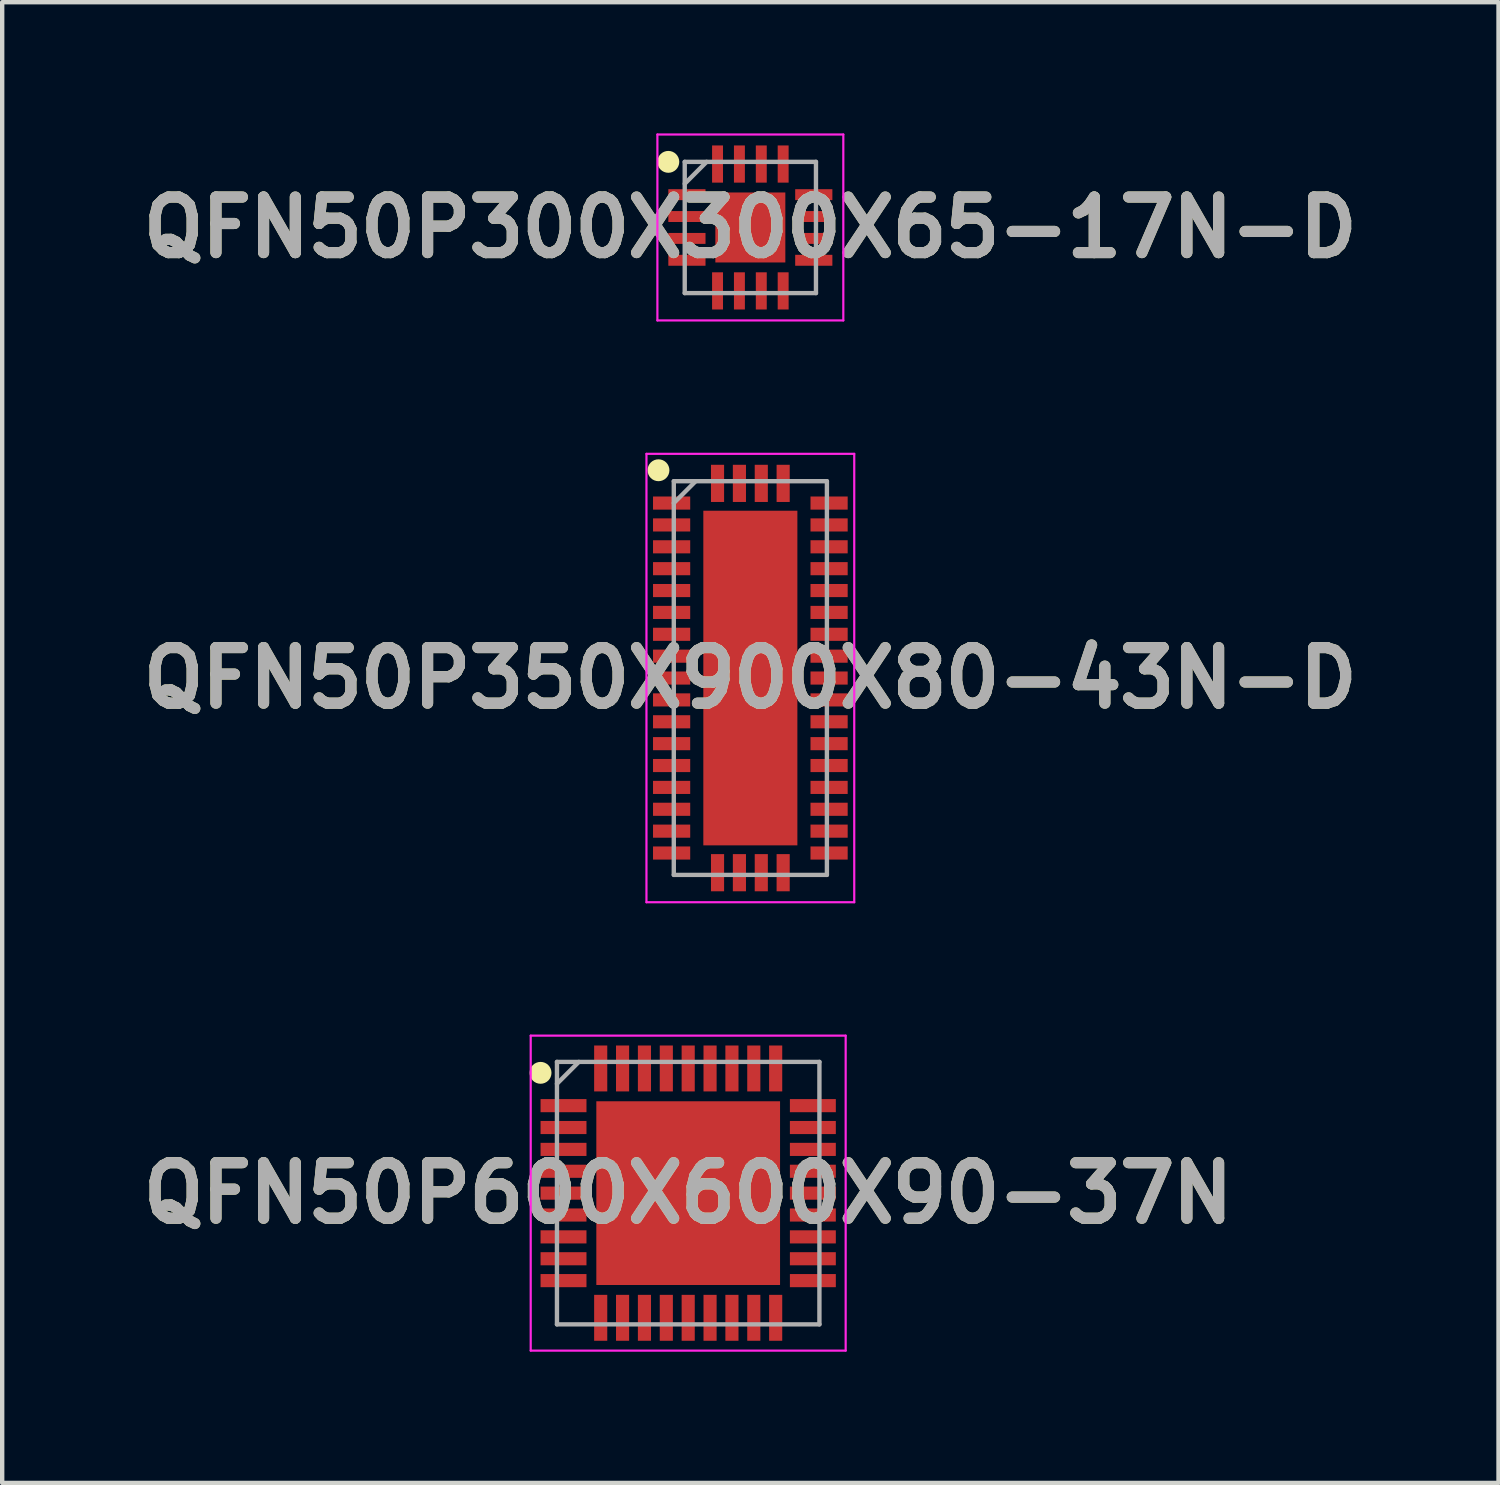
<source format=kicad_pcb>
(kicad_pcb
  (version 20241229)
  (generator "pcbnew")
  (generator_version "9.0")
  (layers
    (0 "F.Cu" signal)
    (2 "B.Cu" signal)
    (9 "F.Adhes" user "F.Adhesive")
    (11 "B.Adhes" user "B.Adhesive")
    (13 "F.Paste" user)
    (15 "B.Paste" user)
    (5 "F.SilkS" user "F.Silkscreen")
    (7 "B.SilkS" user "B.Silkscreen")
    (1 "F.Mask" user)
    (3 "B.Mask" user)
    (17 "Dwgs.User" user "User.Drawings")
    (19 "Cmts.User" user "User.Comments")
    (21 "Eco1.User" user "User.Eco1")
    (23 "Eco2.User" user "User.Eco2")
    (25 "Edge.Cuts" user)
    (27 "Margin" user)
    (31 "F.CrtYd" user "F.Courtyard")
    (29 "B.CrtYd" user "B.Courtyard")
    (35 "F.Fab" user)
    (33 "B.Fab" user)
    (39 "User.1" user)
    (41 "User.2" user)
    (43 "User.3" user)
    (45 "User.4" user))
  (footprint "QFN50P300X300X65-17N-D"
    (layer "F.Cu")
    (at 14.103 2.15)
    (property "Reference" "QFN50P300X300X65-17N-D" (at 0 0 0) (layer "F.SilkS") (effects (font (size 1.27 1.27) (thickness 0.254))))
    (attr smd)
    (fp_circle (center -1.875 -1.5) (end -1.875 -1.375) (stroke (width 0.25) (type solid)) (fill no) (layer "F.SilkS"))
    (fp_line (start -2.125 -2.125) (end 2.125 -2.125) (stroke (width 0.05) (type solid)) (layer "F.CrtYd"))
    (fp_line (start -2.125 2.125) (end -2.125 -2.125) (stroke (width 0.05) (type solid)) (layer "F.CrtYd"))
    (fp_line (start 2.125 -2.125) (end 2.125 2.125) (stroke (width 0.05) (type solid)) (layer "F.CrtYd"))
    (fp_line (start 2.125 2.125) (end -2.125 2.125) (stroke (width 0.05) (type solid)) (layer "F.CrtYd"))
    (fp_line (start -1.5 -1.5) (end 1.5 -1.5) (stroke (width 0.1) (type solid)) (layer "F.Fab"))
    (fp_line (start -1.5 -1) (end -1 -1.5) (stroke (width 0.1) (type solid)) (layer "F.Fab"))
    (fp_line (start -1.5 1.5) (end -1.5 -1.5) (stroke (width 0.1) (type solid)) (layer "F.Fab"))
    (fp_line (start 1.5 -1.5) (end 1.5 1.5) (stroke (width 0.1) (type solid)) (layer "F.Fab"))
    (fp_line (start 1.5 1.5) (end -1.5 1.5) (stroke (width 0.1) (type solid)) (layer "F.Fab"))
    (fp_text user "${REFERENCE}" (at 0 0 0) (layer "F.Fab") (effects (font (size 1.27 1.27) (thickness 0.254))))
    (pad "1" smd rect (at -1.45 -0.75 90) (size 0.25 0.85) (layers "F.Cu" "F.Mask" "F.Paste"))
    (pad "2" smd rect (at -1.45 -0.25 90) (size 0.25 0.85) (layers "F.Cu" "F.Mask" "F.Paste"))
    (pad "3" smd rect (at -1.45 0.25 90) (size 0.25 0.85) (layers "F.Cu" "F.Mask" "F.Paste"))
    (pad "4" smd rect (at -1.45 0.75 90) (size 0.25 0.85) (layers "F.Cu" "F.Mask" "F.Paste"))
    (pad "5" smd rect (at -0.75 1.45) (size 0.25 0.85) (layers "F.Cu" "F.Mask" "F.Paste"))
    (pad "6" smd rect (at -0.25 1.45) (size 0.25 0.85) (layers "F.Cu" "F.Mask" "F.Paste"))
    (pad "7" smd rect (at 0.25 1.45) (size 0.25 0.85) (layers "F.Cu" "F.Mask" "F.Paste"))
    (pad "8" smd rect (at 0.75 1.45) (size 0.25 0.85) (layers "F.Cu" "F.Mask" "F.Paste"))
    (pad "9" smd rect (at 1.45 0.75 90) (size 0.25 0.85) (layers "F.Cu" "F.Mask" "F.Paste"))
    (pad "10" smd rect (at 1.45 0.25 90) (size 0.25 0.85) (layers "F.Cu" "F.Mask" "F.Paste"))
    (pad "11" smd rect (at 1.45 -0.25 90) (size 0.25 0.85) (layers "F.Cu" "F.Mask" "F.Paste"))
    (pad "12" smd rect (at 1.45 -0.75 90) (size 0.25 0.85) (layers "F.Cu" "F.Mask" "F.Paste"))
    (pad "13" smd rect (at 0.75 -1.45) (size 0.25 0.85) (layers "F.Cu" "F.Mask" "F.Paste"))
    (pad "14" smd rect (at 0.25 -1.45) (size 0.25 0.85) (layers "F.Cu" "F.Mask" "F.Paste"))
    (pad "15" smd rect (at -0.25 -1.45) (size 0.25 0.85) (layers "F.Cu" "F.Mask" "F.Paste"))
    (pad "16" smd rect (at -0.75 -1.45) (size 0.25 0.85) (layers "F.Cu" "F.Mask" "F.Paste"))
    (pad "17" smd rect (at 0 0) (size 1.6 1.6) (layers "F.Cu" "F.Mask" "F.Paste")))
  (footprint "QFN50P600X600X90-37N"
    (layer "F.Cu")
    (at 12.682 24.225)
    (property "Reference" "QFN50P600X600X90-37N" (at 0 0 0) (layer "F.SilkS") (effects (font (size 1.27 1.27) (thickness 0.254))))
    (attr smd)
    (fp_circle (center -3.375 -2.75) (end -3.375 -2.625) (stroke (width 0.25) (type solid)) (fill no) (layer "F.SilkS"))
    (fp_line (start -3.6 -3.6) (end 3.6 -3.6) (stroke (width 0.05) (type solid)) (layer "F.CrtYd"))
    (fp_line (start -3.6 3.6) (end -3.6 -3.6) (stroke (width 0.05) (type solid)) (layer "F.CrtYd"))
    (fp_line (start 3.6 -3.6) (end 3.6 3.6) (stroke (width 0.05) (type solid)) (layer "F.CrtYd"))
    (fp_line (start 3.6 3.6) (end -3.6 3.6) (stroke (width 0.05) (type solid)) (layer "F.CrtYd"))
    (fp_line (start -3 -3) (end 3 -3) (stroke (width 0.1) (type solid)) (layer "F.Fab"))
    (fp_line (start -3 -2.5) (end -2.5 -3) (stroke (width 0.1) (type solid)) (layer "F.Fab"))
    (fp_line (start -3 3) (end -3 -3) (stroke (width 0.1) (type solid)) (layer "F.Fab"))
    (fp_line (start 3 -3) (end 3 3) (stroke (width 0.1) (type solid)) (layer "F.Fab"))
    (fp_line (start 3 3) (end -3 3) (stroke (width 0.1) (type solid)) (layer "F.Fab"))
    (fp_text user "${REFERENCE}" (at 0 0 0) (layer "F.Fab") (effects (font (size 1.27 1.27) (thickness 0.254))))
    (pad "1" smd rect (at -2.85 -2 90) (size 0.3 1.05) (layers "F.Cu" "F.Mask" "F.Paste"))
    (pad "2" smd rect (at -2.85 -1.5 90) (size 0.3 1.05) (layers "F.Cu" "F.Mask" "F.Paste"))
    (pad "3" smd rect (at -2.85 -1 90) (size 0.3 1.05) (layers "F.Cu" "F.Mask" "F.Paste"))
    (pad "4" smd rect (at -2.85 -0.5 90) (size 0.3 1.05) (layers "F.Cu" "F.Mask" "F.Paste"))
    (pad "5" smd rect (at -2.85 0 90) (size 0.3 1.05) (layers "F.Cu" "F.Mask" "F.Paste"))
    (pad "6" smd rect (at -2.85 0.5 90) (size 0.3 1.05) (layers "F.Cu" "F.Mask" "F.Paste"))
    (pad "7" smd rect (at -2.85 1 90) (size 0.3 1.05) (layers "F.Cu" "F.Mask" "F.Paste"))
    (pad "8" smd rect (at -2.85 1.5 90) (size 0.3 1.05) (layers "F.Cu" "F.Mask" "F.Paste"))
    (pad "9" smd rect (at -2.85 2 90) (size 0.3 1.05) (layers "F.Cu" "F.Mask" "F.Paste"))
    (pad "10" smd rect (at -2 2.85) (size 0.3 1.05) (layers "F.Cu" "F.Mask" "F.Paste"))
    (pad "11" smd rect (at -1.5 2.85) (size 0.3 1.05) (layers "F.Cu" "F.Mask" "F.Paste"))
    (pad "12" smd rect (at -1 2.85) (size 0.3 1.05) (layers "F.Cu" "F.Mask" "F.Paste"))
    (pad "13" smd rect (at -0.5 2.85) (size 0.3 1.05) (layers "F.Cu" "F.Mask" "F.Paste"))
    (pad "14" smd rect (at 0 2.85) (size 0.3 1.05) (layers "F.Cu" "F.Mask" "F.Paste"))
    (pad "15" smd rect (at 0.5 2.85) (size 0.3 1.05) (layers "F.Cu" "F.Mask" "F.Paste"))
    (pad "16" smd rect (at 1 2.85) (size 0.3 1.05) (layers "F.Cu" "F.Mask" "F.Paste"))
    (pad "17" smd rect (at 1.5 2.85) (size 0.3 1.05) (layers "F.Cu" "F.Mask" "F.Paste"))
    (pad "18" smd rect (at 2 2.85) (size 0.3 1.05) (layers "F.Cu" "F.Mask" "F.Paste"))
    (pad "19" smd rect (at 2.85 2 90) (size 0.3 1.05) (layers "F.Cu" "F.Mask" "F.Paste"))
    (pad "20" smd rect (at 2.85 1.5 90) (size 0.3 1.05) (layers "F.Cu" "F.Mask" "F.Paste"))
    (pad "21" smd rect (at 2.85 1 90) (size 0.3 1.05) (layers "F.Cu" "F.Mask" "F.Paste"))
    (pad "22" smd rect (at 2.85 0.5 90) (size 0.3 1.05) (layers "F.Cu" "F.Mask" "F.Paste"))
    (pad "23" smd rect (at 2.85 0 90) (size 0.3 1.05) (layers "F.Cu" "F.Mask" "F.Paste"))
    (pad "24" smd rect (at 2.85 -0.5 90) (size 0.3 1.05) (layers "F.Cu" "F.Mask" "F.Paste"))
    (pad "25" smd rect (at 2.85 -1 90) (size 0.3 1.05) (layers "F.Cu" "F.Mask" "F.Paste"))
    (pad "26" smd rect (at 2.85 -1.5 90) (size 0.3 1.05) (layers "F.Cu" "F.Mask" "F.Paste"))
    (pad "27" smd rect (at 2.85 -2 90) (size 0.3 1.05) (layers "F.Cu" "F.Mask" "F.Paste"))
    (pad "28" smd rect (at 2 -2.85) (size 0.3 1.05) (layers "F.Cu" "F.Mask" "F.Paste"))
    (pad "29" smd rect (at 1.5 -2.85) (size 0.3 1.05) (layers "F.Cu" "F.Mask" "F.Paste"))
    (pad "30" smd rect (at 1 -2.85) (size 0.3 1.05) (layers "F.Cu" "F.Mask" "F.Paste"))
    (pad "31" smd rect (at 0.5 -2.85) (size 0.3 1.05) (layers "F.Cu" "F.Mask" "F.Paste"))
    (pad "32" smd rect (at 0 -2.85) (size 0.3 1.05) (layers "F.Cu" "F.Mask" "F.Paste"))
    (pad "33" smd rect (at -0.5 -2.85) (size 0.3 1.05) (layers "F.Cu" "F.Mask" "F.Paste"))
    (pad "34" smd rect (at -1 -2.85) (size 0.3 1.05) (layers "F.Cu" "F.Mask" "F.Paste"))
    (pad "35" smd rect (at -1.5 -2.85) (size 0.3 1.05) (layers "F.Cu" "F.Mask" "F.Paste"))
    (pad "36" smd rect (at -2 -2.85) (size 0.3 1.05) (layers "F.Cu" "F.Mask" "F.Paste"))
    (pad "37" smd rect (at 0 0) (size 4.2 4.2) (layers "F.Cu" "F.Mask" "F.Paste")))
  (footprint "QFN50P350X900X80-43N-D"
    (layer "F.Cu")
    (at 14.103 12.45)
    (property "Reference" "QFN50P350X900X80-43N-D" (at 0 0 0) (layer "F.SilkS") (effects (font (size 1.27 1.27) (thickness 0.254))))
    (attr smd)
    (fp_circle (center -2.1 -4.75) (end -2.1 -4.625) (stroke (width 0.25) (type solid)) (fill no) (layer "F.SilkS"))
    (fp_line (start -2.375 -5.125) (end 2.375 -5.125) (stroke (width 0.05) (type solid)) (layer "F.CrtYd"))
    (fp_line (start -2.375 5.125) (end -2.375 -5.125) (stroke (width 0.05) (type solid)) (layer "F.CrtYd"))
    (fp_line (start 2.375 -5.125) (end 2.375 5.125) (stroke (width 0.05) (type solid)) (layer "F.CrtYd"))
    (fp_line (start 2.375 5.125) (end -2.375 5.125) (stroke (width 0.05) (type solid)) (layer "F.CrtYd"))
    (fp_line (start -1.75 -4.5) (end 1.75 -4.5) (stroke (width 0.1) (type solid)) (layer "F.Fab"))
    (fp_line (start -1.75 -4) (end -1.25 -4.5) (stroke (width 0.1) (type solid)) (layer "F.Fab"))
    (fp_line (start -1.75 4.5) (end -1.75 -4.5) (stroke (width 0.1) (type solid)) (layer "F.Fab"))
    (fp_line (start 1.75 -4.5) (end 1.75 4.5) (stroke (width 0.1) (type solid)) (layer "F.Fab"))
    (fp_line (start 1.75 4.5) (end -1.75 4.5) (stroke (width 0.1) (type solid)) (layer "F.Fab"))
    (fp_text user "${REFERENCE}" (at 0 0 0) (layer "F.Fab") (effects (font (size 1.27 1.27) (thickness 0.254))))
    (pad "1" smd rect (at -1.8 -4 90) (size 0.3 0.85) (layers "F.Cu" "F.Mask" "F.Paste"))
    (pad "2" smd rect (at -1.8 -3.5 90) (size 0.3 0.85) (layers "F.Cu" "F.Mask" "F.Paste"))
    (pad "3" smd rect (at -1.8 -3 90) (size 0.3 0.85) (layers "F.Cu" "F.Mask" "F.Paste"))
    (pad "4" smd rect (at -1.8 -2.5 90) (size 0.3 0.85) (layers "F.Cu" "F.Mask" "F.Paste"))
    (pad "5" smd rect (at -1.8 -2 90) (size 0.3 0.85) (layers "F.Cu" "F.Mask" "F.Paste"))
    (pad "6" smd rect (at -1.8 -1.5 90) (size 0.3 0.85) (layers "F.Cu" "F.Mask" "F.Paste"))
    (pad "7" smd rect (at -1.8 -1 90) (size 0.3 0.85) (layers "F.Cu" "F.Mask" "F.Paste"))
    (pad "8" smd rect (at -1.8 -0.5 90) (size 0.3 0.85) (layers "F.Cu" "F.Mask" "F.Paste"))
    (pad "9" smd rect (at -1.8 0 90) (size 0.3 0.85) (layers "F.Cu" "F.Mask" "F.Paste"))
    (pad "10" smd rect (at -1.8 0.5 90) (size 0.3 0.85) (layers "F.Cu" "F.Mask" "F.Paste"))
    (pad "11" smd rect (at -1.8 1 90) (size 0.3 0.85) (layers "F.Cu" "F.Mask" "F.Paste"))
    (pad "12" smd rect (at -1.8 1.5 90) (size 0.3 0.85) (layers "F.Cu" "F.Mask" "F.Paste"))
    (pad "13" smd rect (at -1.8 2 90) (size 0.3 0.85) (layers "F.Cu" "F.Mask" "F.Paste"))
    (pad "14" smd rect (at -1.8 2.5 90) (size 0.3 0.85) (layers "F.Cu" "F.Mask" "F.Paste"))
    (pad "15" smd rect (at -1.8 3 90) (size 0.3 0.85) (layers "F.Cu" "F.Mask" "F.Paste"))
    (pad "16" smd rect (at -1.8 3.5 90) (size 0.3 0.85) (layers "F.Cu" "F.Mask" "F.Paste"))
    (pad "17" smd rect (at -1.8 4 90) (size 0.3 0.85) (layers "F.Cu" "F.Mask" "F.Paste"))
    (pad "18" smd rect (at -0.75 4.45) (size 0.3 0.85) (layers "F.Cu" "F.Mask" "F.Paste"))
    (pad "19" smd rect (at -0.25 4.45) (size 0.3 0.85) (layers "F.Cu" "F.Mask" "F.Paste"))
    (pad "20" smd rect (at 0.25 4.45) (size 0.3 0.85) (layers "F.Cu" "F.Mask" "F.Paste"))
    (pad "21" smd rect (at 0.75 4.45) (size 0.3 0.85) (layers "F.Cu" "F.Mask" "F.Paste"))
    (pad "22" smd rect (at 1.8 4 90) (size 0.3 0.85) (layers "F.Cu" "F.Mask" "F.Paste"))
    (pad "23" smd rect (at 1.8 3.5 90) (size 0.3 0.85) (layers "F.Cu" "F.Mask" "F.Paste"))
    (pad "24" smd rect (at 1.8 3 90) (size 0.3 0.85) (layers "F.Cu" "F.Mask" "F.Paste"))
    (pad "25" smd rect (at 1.8 2.5 90) (size 0.3 0.85) (layers "F.Cu" "F.Mask" "F.Paste"))
    (pad "26" smd rect (at 1.8 2 90) (size 0.3 0.85) (layers "F.Cu" "F.Mask" "F.Paste"))
    (pad "27" smd rect (at 1.8 1.5 90) (size 0.3 0.85) (layers "F.Cu" "F.Mask" "F.Paste"))
    (pad "28" smd rect (at 1.8 1 90) (size 0.3 0.85) (layers "F.Cu" "F.Mask" "F.Paste"))
    (pad "29" smd rect (at 1.8 0.5 90) (size 0.3 0.85) (layers "F.Cu" "F.Mask" "F.Paste"))
    (pad "30" smd rect (at 1.8 0 90) (size 0.3 0.85) (layers "F.Cu" "F.Mask" "F.Paste"))
    (pad "31" smd rect (at 1.8 -0.5 90) (size 0.3 0.85) (layers "F.Cu" "F.Mask" "F.Paste"))
    (pad "32" smd rect (at 1.8 -1 90) (size 0.3 0.85) (layers "F.Cu" "F.Mask" "F.Paste"))
    (pad "33" smd rect (at 1.8 -1.5 90) (size 0.3 0.85) (layers "F.Cu" "F.Mask" "F.Paste"))
    (pad "34" smd rect (at 1.8 -2 90) (size 0.3 0.85) (layers "F.Cu" "F.Mask" "F.Paste"))
    (pad "35" smd rect (at 1.8 -2.5 90) (size 0.3 0.85) (layers "F.Cu" "F.Mask" "F.Paste"))
    (pad "36" smd rect (at 1.8 -3 90) (size 0.3 0.85) (layers "F.Cu" "F.Mask" "F.Paste"))
    (pad "37" smd rect (at 1.8 -3.5 90) (size 0.3 0.85) (layers "F.Cu" "F.Mask" "F.Paste"))
    (pad "38" smd rect (at 1.8 -4 90) (size 0.3 0.85) (layers "F.Cu" "F.Mask" "F.Paste"))
    (pad "39" smd rect (at 0.75 -4.45) (size 0.3 0.85) (layers "F.Cu" "F.Mask" "F.Paste"))
    (pad "40" smd rect (at 0.25 -4.45) (size 0.3 0.85) (layers "F.Cu" "F.Mask" "F.Paste"))
    (pad "41" smd rect (at -0.25 -4.45) (size 0.3 0.85) (layers "F.Cu" "F.Mask" "F.Paste"))
    (pad "42" smd rect (at -0.75 -4.45) (size 0.3 0.85) (layers "F.Cu" "F.Mask" "F.Paste"))
    (pad "43" smd rect (at 0 0) (size 2.15 7.65) (layers "F.Cu" "F.Mask" "F.Paste")))
  (gr_rect
    (start -3 -3)
    (end 31.206 30.85)
    (stroke (width 0.1) (type default))
    (fill no)
    (layer "Edge.Cuts")))
</source>
